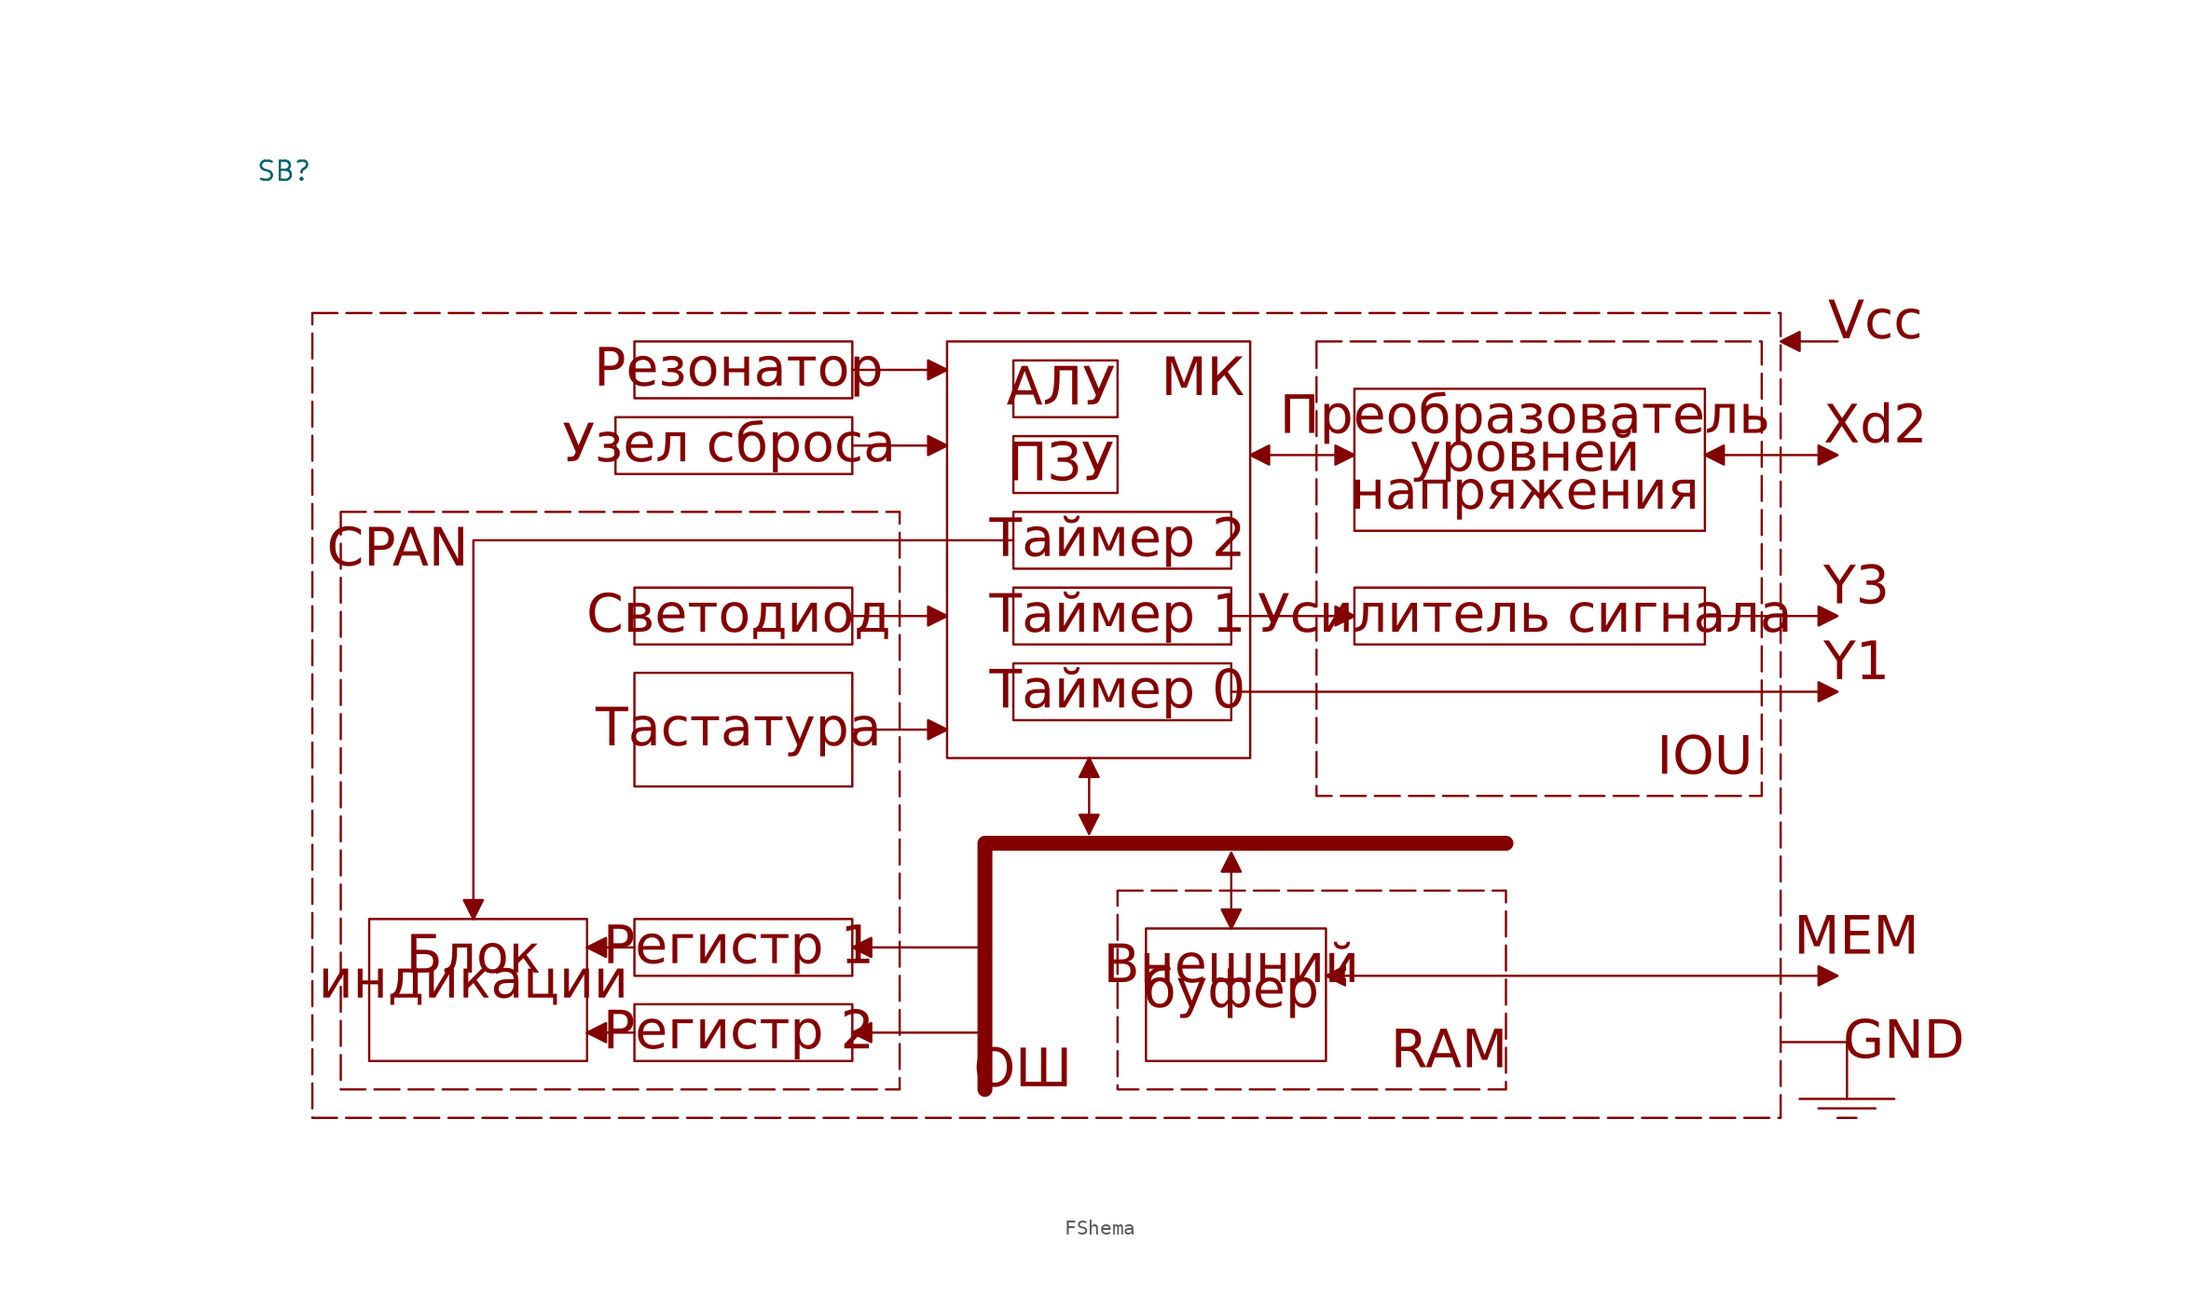
<source format=kicad_sym>
(kicad_symbol_lib
  (version 20220914)
  (generator kicad_symbol_editor)
  (symbol "FShema"
    (property "Reference" "SB"
      (at 3.175 5.08 0)
      (effects (font (size 1.27 1.27))))
    (property "Value" ""
      (at 0 0 0)
      (effects (font (size 1.27 1.27))))
    (symbol "FShema_1_1"
      (polyline (pts (xy 23.495 -52.705) (xy 26.67 -52.705)) (stroke (width 0) (type default)) (fill (type none)))
      (polyline (pts (xy 23.495 -46.99) (xy 26.67 -46.99)) (stroke (width 0) (type default)) (fill (type none)))
      (polyline (pts (xy 41.275 -52.705) (xy 50.165 -52.705)) (stroke (width 0) (type default)) (fill (type none)))
      (polyline (pts (xy 41.275 -46.99) (xy 50.165 -46.99)) (stroke (width 0) (type default)) (fill (type none)))
      (polyline (pts (xy 41.275 -32.385) (xy 46.355 -32.385)) (stroke (width 0) (type default)) (fill (type none)))
      (polyline (pts (xy 41.275 -24.765) (xy 46.355 -24.765)) (stroke (width 0) (type default)) (fill (type none)))
      (polyline (pts (xy 41.275 -13.335) (xy 46.355 -13.335)) (stroke (width 0) (type default)) (fill (type none)))
      (polyline (pts (xy 41.275 -8.255) (xy 46.355 -8.255)) (stroke (width 0) (type default)) (fill (type none)))
      (polyline (pts (xy 57.15 -39.37) (xy 57.15 -35.56)) (stroke (width 0) (type default)) (fill (type none)))
      (polyline (pts (xy 66.675 -45.72) (xy 66.675 -41.91)) (stroke (width 0) (type default)) (fill (type none)))
      (polyline (pts (xy 66.675 -29.845) (xy 106.68 -29.845)) (stroke (width 0) (type default)) (fill (type none)))
      (polyline (pts (xy 66.675 -24.765) (xy 74.93 -24.765)) (stroke (width 0) (type default)) (fill (type none)))
      (polyline (pts (xy 67.945 -13.97) (xy 74.93 -13.97)) (stroke (width 0) (type default)) (fill (type none)))
      (polyline (pts (xy 98.425 -24.765) (xy 106.68 -24.765)) (stroke (width 0) (type default)) (fill (type none)))
      (polyline (pts (xy 99.06 -13.97) (xy 106.68 -13.97)) (stroke (width 0) (type default)) (fill (type none)))
      (polyline (pts (xy 104.14 -6.35) (xy 107.315 -6.35)) (stroke (width 0) (type default)) (fill (type none)))
      (polyline (pts (xy 104.775 -57.15) (xy 111.125 -57.15)) (stroke (width 0) (type default)) (fill (type none)))
      (polyline (pts (xy 106.045 -57.785) (xy 109.855 -57.785)) (stroke (width 0) (type default)) (fill (type none)))
      (polyline (pts (xy 106.68 -48.895) (xy 73.66 -48.895)) (stroke (width 0) (type default)) (fill (type none)))
      (polyline (pts (xy 107.315 -58.42) (xy 108.585 -58.42)) (stroke (width 0) (type default)) (fill (type none)))
      (polyline (pts (xy 50.165 -56.515) (xy 50.165 -40.005) (xy 85.09 -40.005)) (stroke (width 1) (type default)) (fill (type none)))
      (polyline (pts (xy 52.07 -19.685) (xy 15.875 -19.685) (xy 15.875 -45.085)) (stroke (width 0) (type default)) (fill (type none)))
      (polyline (pts (xy 107.95 -57.15) (xy 107.95 -53.34) (xy 103.505 -53.34)) (stroke (width 0) (type default)) (fill (type none)))
      (polyline (pts (xy 15.875 -45.085) (xy 15.24 -43.815) (xy 16.51 -43.815) (xy 15.875 -45.085)) (stroke (width 0) (type default)) (fill (type outline)))
      (polyline (pts (xy 23.495 -52.705) (xy 24.765 -52.07) (xy 24.765 -53.34) (xy 23.495 -52.705)) (stroke (width 0) (type default)) (fill (type outline)))
      (polyline (pts (xy 23.495 -46.99) (xy 24.765 -46.355) (xy 24.765 -47.625) (xy 23.495 -46.99)) (stroke (width 0) (type default)) (fill (type outline)))
      (polyline (pts (xy 41.275 -52.705) (xy 42.545 -52.07) (xy 42.545 -53.34) (xy 41.275 -52.705)) (stroke (width 0) (type default)) (fill (type outline)))
      (polyline (pts (xy 41.275 -46.99) (xy 42.545 -46.355) (xy 42.545 -47.625) (xy 41.275 -46.99)) (stroke (width 0) (type default)) (fill (type outline)))
      (polyline (pts (xy 47.625 -32.385) (xy 46.355 -33.02) (xy 46.355 -31.75) (xy 47.625 -32.385)) (stroke (width 0) (type default)) (fill (type outline)))
      (polyline (pts (xy 47.625 -24.765) (xy 46.355 -25.4) (xy 46.355 -24.13) (xy 47.625 -24.765)) (stroke (width 0) (type default)) (fill (type outline)))
      (polyline (pts (xy 47.625 -13.335) (xy 46.355 -13.97) (xy 46.355 -12.7) (xy 47.625 -13.335)) (stroke (width 0) (type default)) (fill (type outline)))
      (polyline (pts (xy 47.625 -8.255) (xy 46.355 -8.89) (xy 46.355 -7.62) (xy 47.625 -8.255)) (stroke (width 0) (type default)) (fill (type outline)))
      (polyline (pts (xy 57.15 -39.37) (xy 56.515 -38.1) (xy 57.785 -38.1) (xy 57.15 -39.37)) (stroke (width 0) (type default)) (fill (type outline)))
      (polyline (pts (xy 57.15 -34.29) (xy 57.785 -35.56) (xy 56.515 -35.56) (xy 57.15 -34.29)) (stroke (width 0) (type default)) (fill (type outline)))
      (polyline (pts (xy 66.675 -45.72) (xy 66.04 -44.45) (xy 67.31 -44.45) (xy 66.675 -45.72)) (stroke (width 0) (type default)) (fill (type outline)))
      (polyline (pts (xy 66.675 -40.64) (xy 67.31 -41.91) (xy 66.04 -41.91) (xy 66.675 -40.64)) (stroke (width 0) (type default)) (fill (type outline)))
      (polyline (pts (xy 67.945 -13.97) (xy 69.215 -13.335) (xy 69.215 -14.605) (xy 67.945 -13.97)) (stroke (width 0) (type default)) (fill (type outline)))
      (polyline (pts (xy 73.025 -48.895) (xy 74.295 -48.26) (xy 74.295 -49.53) (xy 73.025 -48.895)) (stroke (width 0) (type default)) (fill (type outline)))
      (polyline (pts (xy 74.93 -24.765) (xy 73.66 -25.4) (xy 73.66 -24.13) (xy 74.93 -24.765)) (stroke (width 0) (type default)) (fill (type outline)))
      (polyline (pts (xy 74.93 -13.97) (xy 73.66 -14.605) (xy 73.66 -13.335) (xy 74.93 -13.97)) (stroke (width 0) (type default)) (fill (type outline)))
      (polyline (pts (xy 98.425 -13.97) (xy 99.695 -13.335) (xy 99.695 -14.605) (xy 98.425 -13.97)) (stroke (width 0) (type default)) (fill (type outline)))
      (polyline (pts (xy 103.505 -6.35) (xy 104.775 -5.715) (xy 104.775 -6.985) (xy 103.505 -6.35)) (stroke (width 0) (type default)) (fill (type outline)))
      (polyline (pts (xy 107.315 -48.895) (xy 106.045 -49.53) (xy 106.045 -48.26) (xy 107.315 -48.895)) (stroke (width 0) (type default)) (fill (type outline)))
      (polyline (pts (xy 107.315 -29.845) (xy 106.045 -30.48) (xy 106.045 -29.21) (xy 107.315 -29.845)) (stroke (width 0) (type default)) (fill (type outline)))
      (polyline (pts (xy 107.315 -24.765) (xy 106.045 -25.4) (xy 106.045 -24.13) (xy 107.315 -24.765)) (stroke (width 0) (type default)) (fill (type outline)))
      (polyline (pts (xy 107.315 -13.97) (xy 106.045 -14.605) (xy 106.045 -13.335) (xy 107.315 -13.97)) (stroke (width 0) (type default)) (fill (type outline)))
      (rectangle (start 5.08 -4.445) (end 103.505 -58.42) (stroke (width 0) (type dash)) (fill (type none)))
      (rectangle (start 6.985 -17.78) (end 44.45 -56.515) (stroke (width 0) (type dash)) (fill (type none)))
      (rectangle (start 8.89 -45.085) (end 23.495 -54.61) (stroke (width 0) (type default)) (fill (type none)))
      (rectangle (start 25.4 -11.43) (end 41.275 -15.24) (stroke (width 0) (type default)) (fill (type none)))
      (rectangle (start 26.67 -50.8) (end 41.275 -54.61) (stroke (width 0) (type default)) (fill (type none)))
      (rectangle (start 26.67 -45.085) (end 41.275 -48.895) (stroke (width 0) (type default)) (fill (type none)))
      (rectangle (start 26.67 -28.575) (end 41.275 -36.195) (stroke (width 0) (type default)) (fill (type none)))
      (rectangle (start 26.67 -22.86) (end 41.275 -26.67) (stroke (width 0) (type default)) (fill (type none)))
      (rectangle (start 26.67 -6.35) (end 41.275 -10.16) (stroke (width 0) (type default)) (fill (type none)))
      (rectangle (start 47.625 -6.35) (end 67.945 -34.29) (stroke (width 0) (type default)) (fill (type none)))
      (rectangle (start 52.07 -27.94) (end 66.675 -31.75) (stroke (width 0) (type default)) (fill (type none)))
      (rectangle (start 52.07 -22.86) (end 66.675 -26.67) (stroke (width 0) (type default)) (fill (type none)))
      (rectangle (start 52.07 -17.78) (end 66.675 -21.59) (stroke (width 0) (type default)) (fill (type none)))
      (rectangle (start 52.07 -12.7) (end 59.055 -16.51) (stroke (width 0) (type default)) (fill (type none)))
      (rectangle (start 52.07 -7.62) (end 59.055 -11.43) (stroke (width 0) (type default)) (fill (type none)))
      (rectangle (start 59.055 -43.18) (end 85.09 -56.515) (stroke (width 0) (type dash)) (fill (type none)))
      (rectangle (start 60.96 -45.72) (end 73.025 -54.61) (stroke (width 0) (type default)) (fill (type none)))
      (rectangle (start 72.39 -6.35) (end 102.235 -36.83) (stroke (width 0) (type dash)) (fill (type none)))
      (rectangle (start 74.93 -22.86) (end 98.425 -26.67) (stroke (width 0) (type default)) (fill (type none)))
      (rectangle (start 74.93 -9.525) (end 98.425 -19.05) (stroke (width 0) (type default)) (fill (type none)))
      (text "CPAN" (at 10.795 -20.32 0) (effects (font (face "GOST type A") (size 2.54 2.54) italic)))
      (text "GND" (at 111.76 -53.34 0) (effects (font (face "GOST type A") (size 2.54 2.54) italic)))
      (text "IOU" (at 98.425 -34.29 0) (effects (font (face "GOST type A") (size 2.54 2.54) italic)))
      (text "MEM\n" (at 108.585 -46.355 0) (effects (font (face "GOST type A") (size 2.54 2.54) italic)))
      (text "RAM" (at 81.28 -53.975 0) (effects (font (face "GOST type A") (size 2.54 2.54) italic)))
      (text "Vcc" (at 109.855 -5.08 0) (effects (font (face "GOST type A") (size 2.54 2.54) italic)))
      (text "Xd2" (at 109.855 -12.065 0) (effects (font (face "GOST type A") (size 2.54 2.54) italic)))
      (text "Y1\n" (at 108.585 -27.94 0) (effects (font (face "GOST type A") (size 2.54 2.54) italic)))
      (text "Y3" (at 108.585 -22.86 0) (effects (font (face "GOST type A") (size 2.54 2.54) italic)))
      (text "АЛУ" (at 55.245 -9.525 0) (effects (font (face "GOST type A") (size 2.54 2.54) italic)))
      (text "Блок\n" (at 15.875 -47.625 0) (effects (font (face "GOST type A") (size 2.54 2.54) italic)))
      (text "Внешний\n" (at 66.675 -48.26 0) (effects (font (face "GOST type A") (size 2.54 2.54) italic)))
      (text "МК" (at 64.77 -8.89 0) (effects (font (face "GOST type A") (size 2.54 2.54) italic)))
      (text "ОШ" (at 52.705 -55.245 0) (effects (font (face "GOST type A") (size 2.54 2.54) italic)))
      (text "ПЗУ" (at 55.245 -14.605 0) (effects (font (face "GOST type A") (size 2.54 2.54) italic)))
      (text "Преобразователь" (at 86.36 -11.43 0) (effects (font (face "GOST type A") (size 2.54 2.54) italic)))
      (text "Регистр 1" (at 33.655 -46.99 0) (effects (font (face "GOST type A") (size 2.54 2.54) italic)))
      (text "Регистр 2\n" (at 33.655 -52.705 0) (effects (font (face "GOST type A") (size 2.54 2.54) italic)))
      (text "Резонатор" (at 33.655 -8.255 0) (effects (font (face "GOST type A") (size 2.54 2.54) italic)))
      (text "Светодиод\n" (at 33.655 -24.765 0) (effects (font (face "GOST type A") (size 2.54 2.54) italic)))
      (text "Таймер 0\n" (at 59.055 -29.845 0) (effects (font (face "GOST type A") (size 2.54 2.54) italic)))
      (text "Таймер 1\n" (at 59.055 -24.765 0) (effects (font (face "GOST type A") (size 2.54 2.54) italic)))
      (text "Таймер 2\n" (at 59.055 -19.685 0) (effects (font (face "GOST type A") (size 2.54 2.54) italic)))
      (text "Тастатура" (at 33.655 -32.385 0) (effects (font (face "GOST type A") (size 2.54 2.54) italic)))
      (text "Узел сброса" (at 33.02 -13.335 0) (effects (font (face "GOST type A") (size 2.54 2.54) italic)))
      (text "Усилитель сигнала" (at 86.36 -24.765 0) (effects (font (face "GOST type A") (size 2.54 2.54) italic)))
      (text "буфер\n\n" (at 66.675 -52.07 0) (effects (font (face "GOST type A") (size 2.54 2.54) italic)))
      (text "индикации\n\n" (at 15.875 -51.435 0) (effects (font (face "GOST type A") (size 2.54 2.54) italic)))
      (text "напряжения" (at 86.36 -16.51 0) (effects (font (face "GOST type A") (size 2.54 2.54) italic)))
      (text "уровней" (at 86.36 -13.97 0) (effects (font (face "GOST type A") (size 2.54 2.54) italic))))))
</source>
